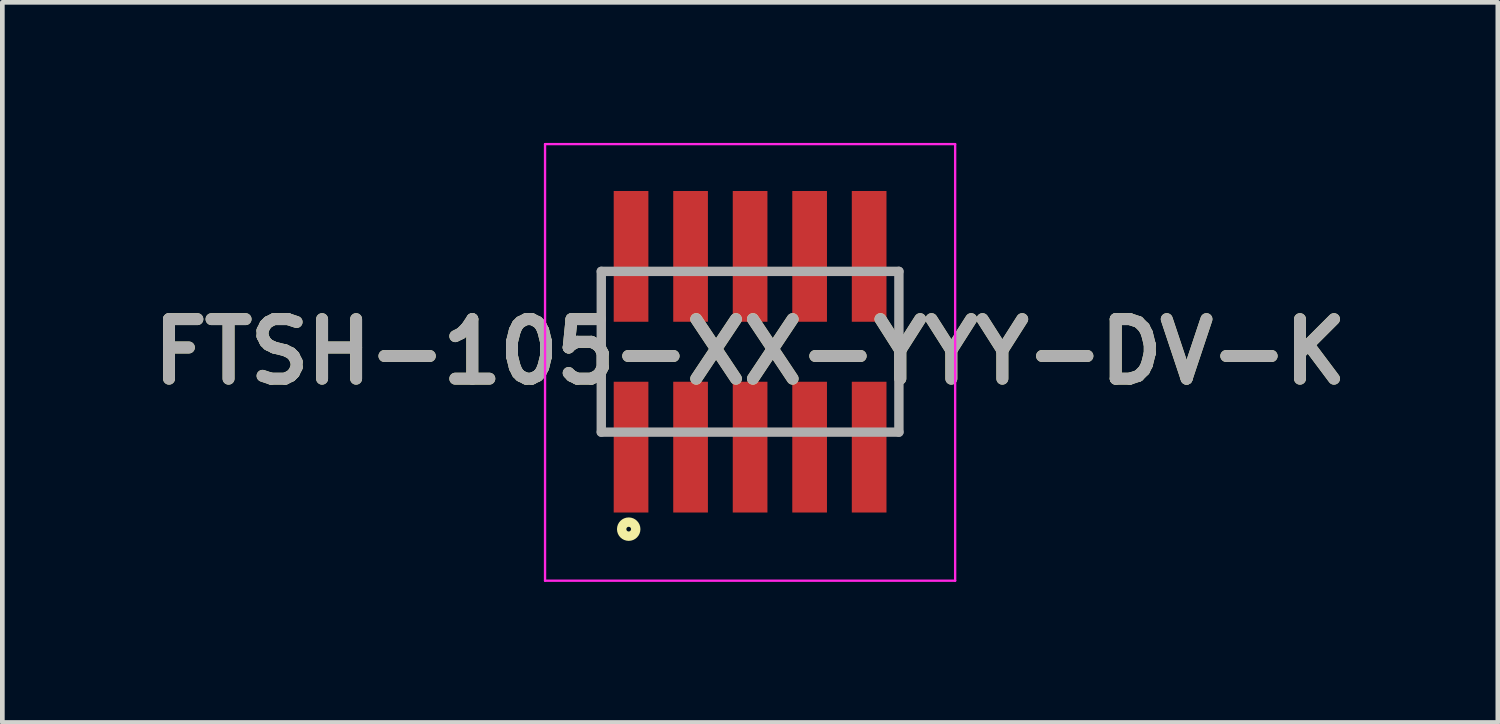
<source format=kicad_pcb>
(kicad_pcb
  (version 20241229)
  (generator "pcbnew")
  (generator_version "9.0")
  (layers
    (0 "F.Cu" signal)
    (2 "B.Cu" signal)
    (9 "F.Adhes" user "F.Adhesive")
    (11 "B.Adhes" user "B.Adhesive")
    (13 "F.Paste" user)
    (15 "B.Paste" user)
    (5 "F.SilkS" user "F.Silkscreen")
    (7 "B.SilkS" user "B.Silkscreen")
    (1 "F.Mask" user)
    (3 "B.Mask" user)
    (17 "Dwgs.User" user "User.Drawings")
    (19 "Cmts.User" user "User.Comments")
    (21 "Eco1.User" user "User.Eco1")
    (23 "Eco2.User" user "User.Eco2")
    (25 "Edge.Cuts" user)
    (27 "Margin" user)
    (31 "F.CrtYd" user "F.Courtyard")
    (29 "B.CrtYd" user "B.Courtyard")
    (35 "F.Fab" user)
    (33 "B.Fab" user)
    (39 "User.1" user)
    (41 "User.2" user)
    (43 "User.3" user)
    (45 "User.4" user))
  (footprint "FTSH-105-XX-YYY-DV-K"
    (layer "F.Cu")
    (at 12.954 4.455)
    (property "Reference" "FTSH-105-XX-YYY-DV-K" (at 0 0 0) (layer "F.SilkS") (effects (font (size 1.27 1.27) (thickness 0.254))))
    (attr smd)
    (fp_line (start -3.175 1.715) (end -3.175 -1.715) (stroke (width 0.1) (type solid)) (layer "F.SilkS"))
    (fp_line (start 3.175 -1.715) (end 3.175 1.715) (stroke (width 0.1) (type solid)) (layer "F.SilkS"))
    (fp_circle (center -2.59 3.785) (end -2.59 3.835) (stroke (width 0.2) (type solid)) (fill no) (layer "F.SilkS"))
    (fp_line (start -4.375 -4.43) (end 4.375 -4.43) (stroke (width 0.05) (type solid)) (layer "F.CrtYd"))
    (fp_line (start -4.375 4.885) (end -4.375 -4.43) (stroke (width 0.05) (type solid)) (layer "F.CrtYd"))
    (fp_line (start 4.375 -4.43) (end 4.375 4.885) (stroke (width 0.05) (type solid)) (layer "F.CrtYd"))
    (fp_line (start 4.375 4.885) (end -4.375 4.885) (stroke (width 0.05) (type solid)) (layer "F.CrtYd"))
    (fp_line (start -3.175 -1.715) (end 3.175 -1.715) (stroke (width 0.2) (type solid)) (layer "F.Fab"))
    (fp_line (start -3.175 1.715) (end -3.175 -1.715) (stroke (width 0.2) (type solid)) (layer "F.Fab"))
    (fp_line (start 3.175 -1.715) (end 3.175 1.715) (stroke (width 0.2) (type solid)) (layer "F.Fab"))
    (fp_line (start 3.175 1.715) (end -3.175 1.715) (stroke (width 0.2) (type solid)) (layer "F.Fab"))
    (fp_text user "${REFERENCE}" (at 0 0 0) (layer "F.Fab") (effects (font (size 1.27 1.27) (thickness 0.254))))
    (pad "1" smd rect (at -2.54 2.035) (size 0.74 2.79) (layers "F.Cu" "F.Mask" "F.Paste"))
    (pad "2" smd rect (at -2.54 -2.035) (size 0.74 2.79) (layers "F.Cu" "F.Mask" "F.Paste"))
    (pad "3" smd rect (at -1.27 2.035) (size 0.74 2.79) (layers "F.Cu" "F.Mask" "F.Paste"))
    (pad "4" smd rect (at -1.27 -2.035) (size 0.74 2.79) (layers "F.Cu" "F.Mask" "F.Paste"))
    (pad "5" smd rect (at 0 2.035) (size 0.74 2.79) (layers "F.Cu" "F.Mask" "F.Paste"))
    (pad "6" smd rect (at 0 -2.035) (size 0.74 2.79) (layers "F.Cu" "F.Mask" "F.Paste"))
    (pad "7" smd rect (at 1.27 2.035) (size 0.74 2.79) (layers "F.Cu" "F.Mask" "F.Paste"))
    (pad "8" smd rect (at 1.27 -2.035) (size 0.74 2.79) (layers "F.Cu" "F.Mask" "F.Paste"))
    (pad "9" smd rect (at 2.54 2.035) (size 0.74 2.79) (layers "F.Cu" "F.Mask" "F.Paste"))
    (pad "10" smd rect (at 2.54 -2.035) (size 0.74 2.79) (layers "F.Cu" "F.Mask" "F.Paste")))
  (gr_rect
    (start -3 -3)
    (end 28.908 12.365)
    (stroke (width 0.1) (type default))
    (fill no)
    (layer "Edge.Cuts")))
</source>
